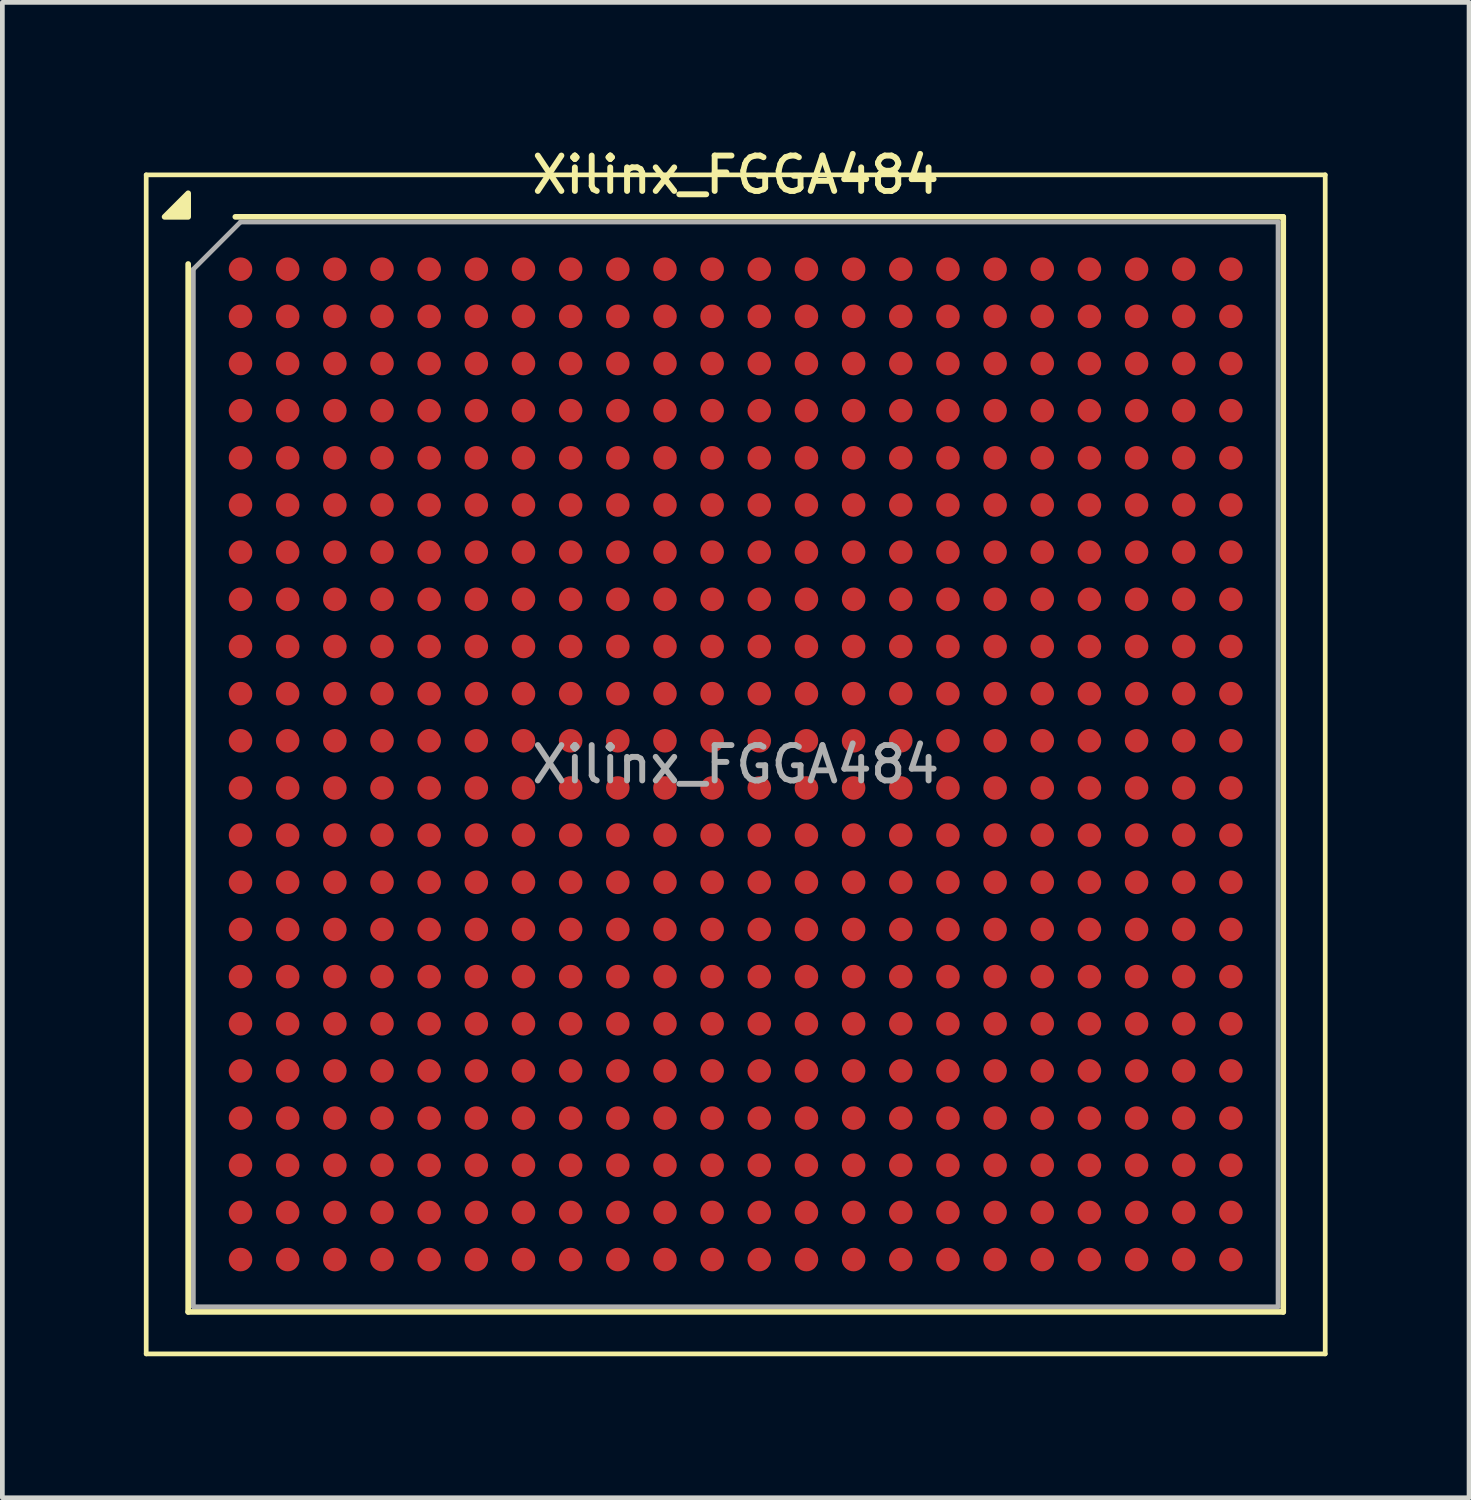
<source format=kicad_pcb>
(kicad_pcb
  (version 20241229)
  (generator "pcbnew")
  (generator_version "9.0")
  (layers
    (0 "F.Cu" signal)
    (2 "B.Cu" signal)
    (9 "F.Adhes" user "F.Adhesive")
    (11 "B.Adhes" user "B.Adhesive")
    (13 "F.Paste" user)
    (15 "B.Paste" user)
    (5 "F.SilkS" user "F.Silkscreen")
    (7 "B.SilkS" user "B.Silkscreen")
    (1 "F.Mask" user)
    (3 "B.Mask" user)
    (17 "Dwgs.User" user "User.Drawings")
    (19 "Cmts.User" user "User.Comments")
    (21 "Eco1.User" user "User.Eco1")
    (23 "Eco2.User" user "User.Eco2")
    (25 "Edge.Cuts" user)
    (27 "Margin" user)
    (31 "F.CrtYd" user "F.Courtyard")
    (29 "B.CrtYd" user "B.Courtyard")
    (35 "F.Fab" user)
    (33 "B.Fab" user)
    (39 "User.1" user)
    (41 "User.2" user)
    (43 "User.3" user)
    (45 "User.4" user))
  (footprint "Xilinx_FGGA484"
    (layer "F.Cu")
    (at 12.55 13.158)
    (property "Reference" "Xilinx_FGGA484" (at 0 -12.5 0) (layer "F.SilkS") (effects (font (size 0.75 0.75) (thickness 0.125))))
    (attr smd)
    (fp_line (start -12.5 -12.5) (end -12.5 12.5) (stroke (width 0.1) (type solid)) (layer "F.SilkS"))
    (fp_line (start -12.5 12.5) (end 12.5 12.5) (stroke (width 0.1) (type solid)) (layer "F.SilkS"))
    (fp_line (start -11.61 11.61) (end -11.61 -10.61) (stroke (width 0.12) (type solid)) (layer "F.SilkS"))
    (fp_line (start -10.61 -11.61) (end 11.61 -11.61) (stroke (width 0.12) (type solid)) (layer "F.SilkS"))
    (fp_line (start 11.61 -11.61) (end 11.61 11.61) (stroke (width 0.12) (type solid)) (layer "F.SilkS"))
    (fp_line (start 11.61 11.61) (end -11.61 11.61) (stroke (width 0.12) (type solid)) (layer "F.SilkS"))
    (fp_line (start 12.5 -12.5) (end -12.5 -12.5) (stroke (width 0.1) (type solid)) (layer "F.SilkS"))
    (fp_line (start 12.5 12.5) (end 12.5 -12.5) (stroke (width 0.1) (type solid)) (layer "F.SilkS"))
    (fp_poly (pts (xy -11.61 -11.61) (xy -12.11 -11.61) (xy -11.61 -12.11) (xy -11.61 -11.61)) (stroke (width 0.12) (type solid)) (fill yes) (layer "F.SilkS"))
    (fp_line (start -11.5 -10.5) (end -10.5 -11.5) (stroke (width 0.1) (type solid)) (layer "F.Fab"))
    (fp_line (start -11.5 11.5) (end -11.5 -10.5) (stroke (width 0.1) (type solid)) (layer "F.Fab"))
    (fp_line (start -10.5 -11.5) (end 11.5 -11.5) (stroke (width 0.1) (type solid)) (layer "F.Fab"))
    (fp_line (start 11.5 -11.5) (end 11.5 11.5) (stroke (width 0.1) (type solid)) (layer "F.Fab"))
    (fp_line (start 11.5 11.5) (end -11.5 11.5) (stroke (width 0.1) (type solid)) (layer "F.Fab"))
    (fp_text user "${REFERENCE}" (at 0 0 0) (layer "F.Fab") (effects (font (size 0.75 0.75) (thickness 0.125))))
    (pad "A1" smd circle (at -10.5 -10.5) (size 0.5 0.5) (property pad_prop_bga) (layers "F.Cu" "F.Mask" "F.Paste"))
    (pad "A2" smd circle (at -9.5 -10.5) (size 0.5 0.5) (property pad_prop_bga) (layers "F.Cu" "F.Mask" "F.Paste"))
    (pad "A3" smd circle (at -8.5 -10.5) (size 0.5 0.5) (property pad_prop_bga) (layers "F.Cu" "F.Mask" "F.Paste"))
    (pad "A4" smd circle (at -7.5 -10.5) (size 0.5 0.5) (property pad_prop_bga) (layers "F.Cu" "F.Mask" "F.Paste"))
    (pad "A5" smd circle (at -6.5 -10.5) (size 0.5 0.5) (property pad_prop_bga) (layers "F.Cu" "F.Mask" "F.Paste"))
    (pad "A6" smd circle (at -5.5 -10.5) (size 0.5 0.5) (property pad_prop_bga) (layers "F.Cu" "F.Mask" "F.Paste"))
    (pad "A7" smd circle (at -4.5 -10.5) (size 0.5 0.5) (property pad_prop_bga) (layers "F.Cu" "F.Mask" "F.Paste"))
    (pad "A8" smd circle (at -3.5 -10.5) (size 0.5 0.5) (property pad_prop_bga) (layers "F.Cu" "F.Mask" "F.Paste"))
    (pad "A9" smd circle (at -2.5 -10.5) (size 0.5 0.5) (property pad_prop_bga) (layers "F.Cu" "F.Mask" "F.Paste"))
    (pad "A10" smd circle (at -1.5 -10.5) (size 0.5 0.5) (property pad_prop_bga) (layers "F.Cu" "F.Mask" "F.Paste"))
    (pad "A11" smd circle (at -0.5 -10.5) (size 0.5 0.5) (property pad_prop_bga) (layers "F.Cu" "F.Mask" "F.Paste"))
    (pad "A12" smd circle (at 0.5 -10.5) (size 0.5 0.5) (property pad_prop_bga) (layers "F.Cu" "F.Mask" "F.Paste"))
    (pad "A13" smd circle (at 1.5 -10.5) (size 0.5 0.5) (property pad_prop_bga) (layers "F.Cu" "F.Mask" "F.Paste"))
    (pad "A14" smd circle (at 2.5 -10.5) (size 0.5 0.5) (property pad_prop_bga) (layers "F.Cu" "F.Mask" "F.Paste"))
    (pad "A15" smd circle (at 3.5 -10.5) (size 0.5 0.5) (property pad_prop_bga) (layers "F.Cu" "F.Mask" "F.Paste"))
    (pad "A16" smd circle (at 4.5 -10.5) (size 0.5 0.5) (property pad_prop_bga) (layers "F.Cu" "F.Mask" "F.Paste"))
    (pad "A17" smd circle (at 5.5 -10.5) (size 0.5 0.5) (property pad_prop_bga) (layers "F.Cu" "F.Mask" "F.Paste"))
    (pad "A18" smd circle (at 6.5 -10.5) (size 0.5 0.5) (property pad_prop_bga) (layers "F.Cu" "F.Mask" "F.Paste"))
    (pad "A19" smd circle (at 7.5 -10.5) (size 0.5 0.5) (property pad_prop_bga) (layers "F.Cu" "F.Mask" "F.Paste"))
    (pad "A20" smd circle (at 8.5 -10.5) (size 0.5 0.5) (property pad_prop_bga) (layers "F.Cu" "F.Mask" "F.Paste"))
    (pad "A21" smd circle (at 9.5 -10.5) (size 0.5 0.5) (property pad_prop_bga) (layers "F.Cu" "F.Mask" "F.Paste"))
    (pad "A22" smd circle (at 10.5 -10.5) (size 0.5 0.5) (property pad_prop_bga) (layers "F.Cu" "F.Mask" "F.Paste"))
    (pad "AA1" smd circle (at -10.5 9.5) (size 0.5 0.5) (property pad_prop_bga) (layers "F.Cu" "F.Mask" "F.Paste"))
    (pad "AA2" smd circle (at -9.5 9.5) (size 0.5 0.5) (property pad_prop_bga) (layers "F.Cu" "F.Mask" "F.Paste"))
    (pad "AA3" smd circle (at -8.5 9.5) (size 0.5 0.5) (property pad_prop_bga) (layers "F.Cu" "F.Mask" "F.Paste"))
    (pad "AA4" smd circle (at -7.5 9.5) (size 0.5 0.5) (property pad_prop_bga) (layers "F.Cu" "F.Mask" "F.Paste"))
    (pad "AA5" smd circle (at -6.5 9.5) (size 0.5 0.5) (property pad_prop_bga) (layers "F.Cu" "F.Mask" "F.Paste"))
    (pad "AA6" smd circle (at -5.5 9.5) (size 0.5 0.5) (property pad_prop_bga) (layers "F.Cu" "F.Mask" "F.Paste"))
    (pad "AA7" smd circle (at -4.5 9.5) (size 0.5 0.5) (property pad_prop_bga) (layers "F.Cu" "F.Mask" "F.Paste"))
    (pad "AA8" smd circle (at -3.5 9.5) (size 0.5 0.5) (property pad_prop_bga) (layers "F.Cu" "F.Mask" "F.Paste"))
    (pad "AA9" smd circle (at -2.5 9.5) (size 0.5 0.5) (property pad_prop_bga) (layers "F.Cu" "F.Mask" "F.Paste"))
    (pad "AA10" smd circle (at -1.5 9.5) (size 0.5 0.5) (property pad_prop_bga) (layers "F.Cu" "F.Mask" "F.Paste"))
    (pad "AA11" smd circle (at -0.5 9.5) (size 0.5 0.5) (property pad_prop_bga) (layers "F.Cu" "F.Mask" "F.Paste"))
    (pad "AA12" smd circle (at 0.5 9.5) (size 0.5 0.5) (property pad_prop_bga) (layers "F.Cu" "F.Mask" "F.Paste"))
    (pad "AA13" smd circle (at 1.5 9.5) (size 0.5 0.5) (property pad_prop_bga) (layers "F.Cu" "F.Mask" "F.Paste"))
    (pad "AA14" smd circle (at 2.5 9.5) (size 0.5 0.5) (property pad_prop_bga) (layers "F.Cu" "F.Mask" "F.Paste"))
    (pad "AA15" smd circle (at 3.5 9.5) (size 0.5 0.5) (property pad_prop_bga) (layers "F.Cu" "F.Mask" "F.Paste"))
    (pad "AA16" smd circle (at 4.5 9.5) (size 0.5 0.5) (property pad_prop_bga) (layers "F.Cu" "F.Mask" "F.Paste"))
    (pad "AA17" smd circle (at 5.5 9.5) (size 0.5 0.5) (property pad_prop_bga) (layers "F.Cu" "F.Mask" "F.Paste"))
    (pad "AA18" smd circle (at 6.5 9.5) (size 0.5 0.5) (property pad_prop_bga) (layers "F.Cu" "F.Mask" "F.Paste"))
    (pad "AA19" smd circle (at 7.5 9.5) (size 0.5 0.5) (property pad_prop_bga) (layers "F.Cu" "F.Mask" "F.Paste"))
    (pad "AA20" smd circle (at 8.5 9.5) (size 0.5 0.5) (property pad_prop_bga) (layers "F.Cu" "F.Mask" "F.Paste"))
    (pad "AA21" smd circle (at 9.5 9.5) (size 0.5 0.5) (property pad_prop_bga) (layers "F.Cu" "F.Mask" "F.Paste"))
    (pad "AA22" smd circle (at 10.5 9.5) (size 0.5 0.5) (property pad_prop_bga) (layers "F.Cu" "F.Mask" "F.Paste"))
    (pad "AB1" smd circle (at -10.5 10.5) (size 0.5 0.5) (property pad_prop_bga) (layers "F.Cu" "F.Mask" "F.Paste"))
    (pad "AB2" smd circle (at -9.5 10.5) (size 0.5 0.5) (property pad_prop_bga) (layers "F.Cu" "F.Mask" "F.Paste"))
    (pad "AB3" smd circle (at -8.5 10.5) (size 0.5 0.5) (property pad_prop_bga) (layers "F.Cu" "F.Mask" "F.Paste"))
    (pad "AB4" smd circle (at -7.5 10.5) (size 0.5 0.5) (property pad_prop_bga) (layers "F.Cu" "F.Mask" "F.Paste"))
    (pad "AB5" smd circle (at -6.5 10.5) (size 0.5 0.5) (property pad_prop_bga) (layers "F.Cu" "F.Mask" "F.Paste"))
    (pad "AB6" smd circle (at -5.5 10.5) (size 0.5 0.5) (property pad_prop_bga) (layers "F.Cu" "F.Mask" "F.Paste"))
    (pad "AB7" smd circle (at -4.5 10.5) (size 0.5 0.5) (property pad_prop_bga) (layers "F.Cu" "F.Mask" "F.Paste"))
    (pad "AB8" smd circle (at -3.5 10.5) (size 0.5 0.5) (property pad_prop_bga) (layers "F.Cu" "F.Mask" "F.Paste"))
    (pad "AB9" smd circle (at -2.5 10.5) (size 0.5 0.5) (property pad_prop_bga) (layers "F.Cu" "F.Mask" "F.Paste"))
    (pad "AB10" smd circle (at -1.5 10.5) (size 0.5 0.5) (property pad_prop_bga) (layers "F.Cu" "F.Mask" "F.Paste"))
    (pad "AB11" smd circle (at -0.5 10.5) (size 0.5 0.5) (property pad_prop_bga) (layers "F.Cu" "F.Mask" "F.Paste"))
    (pad "AB12" smd circle (at 0.5 10.5) (size 0.5 0.5) (property pad_prop_bga) (layers "F.Cu" "F.Mask" "F.Paste"))
    (pad "AB13" smd circle (at 1.5 10.5) (size 0.5 0.5) (property pad_prop_bga) (layers "F.Cu" "F.Mask" "F.Paste"))
    (pad "AB14" smd circle (at 2.5 10.5) (size 0.5 0.5) (property pad_prop_bga) (layers "F.Cu" "F.Mask" "F.Paste"))
    (pad "AB15" smd circle (at 3.5 10.5) (size 0.5 0.5) (property pad_prop_bga) (layers "F.Cu" "F.Mask" "F.Paste"))
    (pad "AB16" smd circle (at 4.5 10.5) (size 0.5 0.5) (property pad_prop_bga) (layers "F.Cu" "F.Mask" "F.Paste"))
    (pad "AB17" smd circle (at 5.5 10.5) (size 0.5 0.5) (property pad_prop_bga) (layers "F.Cu" "F.Mask" "F.Paste"))
    (pad "AB18" smd circle (at 6.5 10.5) (size 0.5 0.5) (property pad_prop_bga) (layers "F.Cu" "F.Mask" "F.Paste"))
    (pad "AB19" smd circle (at 7.5 10.5) (size 0.5 0.5) (property pad_prop_bga) (layers "F.Cu" "F.Mask" "F.Paste"))
    (pad "AB20" smd circle (at 8.5 10.5) (size 0.5 0.5) (property pad_prop_bga) (layers "F.Cu" "F.Mask" "F.Paste"))
    (pad "AB21" smd circle (at 9.5 10.5) (size 0.5 0.5) (property pad_prop_bga) (layers "F.Cu" "F.Mask" "F.Paste"))
    (pad "AB22" smd circle (at 10.5 10.5) (size 0.5 0.5) (property pad_prop_bga) (layers "F.Cu" "F.Mask" "F.Paste"))
    (pad "B1" smd circle (at -10.5 -9.5) (size 0.5 0.5) (property pad_prop_bga) (layers "F.Cu" "F.Mask" "F.Paste"))
    (pad "B2" smd circle (at -9.5 -9.5) (size 0.5 0.5) (property pad_prop_bga) (layers "F.Cu" "F.Mask" "F.Paste"))
    (pad "B3" smd circle (at -8.5 -9.5) (size 0.5 0.5) (property pad_prop_bga) (layers "F.Cu" "F.Mask" "F.Paste"))
    (pad "B4" smd circle (at -7.5 -9.5) (size 0.5 0.5) (property pad_prop_bga) (layers "F.Cu" "F.Mask" "F.Paste"))
    (pad "B5" smd circle (at -6.5 -9.5) (size 0.5 0.5) (property pad_prop_bga) (layers "F.Cu" "F.Mask" "F.Paste"))
    (pad "B6" smd circle (at -5.5 -9.5) (size 0.5 0.5) (property pad_prop_bga) (layers "F.Cu" "F.Mask" "F.Paste"))
    (pad "B7" smd circle (at -4.5 -9.5) (size 0.5 0.5) (property pad_prop_bga) (layers "F.Cu" "F.Mask" "F.Paste"))
    (pad "B8" smd circle (at -3.5 -9.5) (size 0.5 0.5) (property pad_prop_bga) (layers "F.Cu" "F.Mask" "F.Paste"))
    (pad "B9" smd circle (at -2.5 -9.5) (size 0.5 0.5) (property pad_prop_bga) (layers "F.Cu" "F.Mask" "F.Paste"))
    (pad "B10" smd circle (at -1.5 -9.5) (size 0.5 0.5) (property pad_prop_bga) (layers "F.Cu" "F.Mask" "F.Paste"))
    (pad "B11" smd circle (at -0.5 -9.5) (size 0.5 0.5) (property pad_prop_bga) (layers "F.Cu" "F.Mask" "F.Paste"))
    (pad "B12" smd circle (at 0.5 -9.5) (size 0.5 0.5) (property pad_prop_bga) (layers "F.Cu" "F.Mask" "F.Paste"))
    (pad "B13" smd circle (at 1.5 -9.5) (size 0.5 0.5) (property pad_prop_bga) (layers "F.Cu" "F.Mask" "F.Paste"))
    (pad "B14" smd circle (at 2.5 -9.5) (size 0.5 0.5) (property pad_prop_bga) (layers "F.Cu" "F.Mask" "F.Paste"))
    (pad "B15" smd circle (at 3.5 -9.5) (size 0.5 0.5) (property pad_prop_bga) (layers "F.Cu" "F.Mask" "F.Paste"))
    (pad "B16" smd circle (at 4.5 -9.5) (size 0.5 0.5) (property pad_prop_bga) (layers "F.Cu" "F.Mask" "F.Paste"))
    (pad "B17" smd circle (at 5.5 -9.5) (size 0.5 0.5) (property pad_prop_bga) (layers "F.Cu" "F.Mask" "F.Paste"))
    (pad "B18" smd circle (at 6.5 -9.5) (size 0.5 0.5) (property pad_prop_bga) (layers "F.Cu" "F.Mask" "F.Paste"))
    (pad "B19" smd circle (at 7.5 -9.5) (size 0.5 0.5) (property pad_prop_bga) (layers "F.Cu" "F.Mask" "F.Paste"))
    (pad "B20" smd circle (at 8.5 -9.5) (size 0.5 0.5) (property pad_prop_bga) (layers "F.Cu" "F.Mask" "F.Paste"))
    (pad "B21" smd circle (at 9.5 -9.5) (size 0.5 0.5) (property pad_prop_bga) (layers "F.Cu" "F.Mask" "F.Paste"))
    (pad "B22" smd circle (at 10.5 -9.5) (size 0.5 0.5) (property pad_prop_bga) (layers "F.Cu" "F.Mask" "F.Paste"))
    (pad "C1" smd circle (at -10.5 -8.5) (size 0.5 0.5) (property pad_prop_bga) (layers "F.Cu" "F.Mask" "F.Paste"))
    (pad "C2" smd circle (at -9.5 -8.5) (size 0.5 0.5) (property pad_prop_bga) (layers "F.Cu" "F.Mask" "F.Paste"))
    (pad "C3" smd circle (at -8.5 -8.5) (size 0.5 0.5) (property pad_prop_bga) (layers "F.Cu" "F.Mask" "F.Paste"))
    (pad "C4" smd circle (at -7.5 -8.5) (size 0.5 0.5) (property pad_prop_bga) (layers "F.Cu" "F.Mask" "F.Paste"))
    (pad "C5" smd circle (at -6.5 -8.5) (size 0.5 0.5) (property pad_prop_bga) (layers "F.Cu" "F.Mask" "F.Paste"))
    (pad "C6" smd circle (at -5.5 -8.5) (size 0.5 0.5) (property pad_prop_bga) (layers "F.Cu" "F.Mask" "F.Paste"))
    (pad "C7" smd circle (at -4.5 -8.5) (size 0.5 0.5) (property pad_prop_bga) (layers "F.Cu" "F.Mask" "F.Paste"))
    (pad "C8" smd circle (at -3.5 -8.5) (size 0.5 0.5) (property pad_prop_bga) (layers "F.Cu" "F.Mask" "F.Paste"))
    (pad "C9" smd circle (at -2.5 -8.5) (size 0.5 0.5) (property pad_prop_bga) (layers "F.Cu" "F.Mask" "F.Paste"))
    (pad "C10" smd circle (at -1.5 -8.5) (size 0.5 0.5) (property pad_prop_bga) (layers "F.Cu" "F.Mask" "F.Paste"))
    (pad "C11" smd circle (at -0.5 -8.5) (size 0.5 0.5) (property pad_prop_bga) (layers "F.Cu" "F.Mask" "F.Paste"))
    (pad "C12" smd circle (at 0.5 -8.5) (size 0.5 0.5) (property pad_prop_bga) (layers "F.Cu" "F.Mask" "F.Paste"))
    (pad "C13" smd circle (at 1.5 -8.5) (size 0.5 0.5) (property pad_prop_bga) (layers "F.Cu" "F.Mask" "F.Paste"))
    (pad "C14" smd circle (at 2.5 -8.5) (size 0.5 0.5) (property pad_prop_bga) (layers "F.Cu" "F.Mask" "F.Paste"))
    (pad "C15" smd circle (at 3.5 -8.5) (size 0.5 0.5) (property pad_prop_bga) (layers "F.Cu" "F.Mask" "F.Paste"))
    (pad "C16" smd circle (at 4.5 -8.5) (size 0.5 0.5) (property pad_prop_bga) (layers "F.Cu" "F.Mask" "F.Paste"))
    (pad "C17" smd circle (at 5.5 -8.5) (size 0.5 0.5) (property pad_prop_bga) (layers "F.Cu" "F.Mask" "F.Paste"))
    (pad "C18" smd circle (at 6.5 -8.5) (size 0.5 0.5) (property pad_prop_bga) (layers "F.Cu" "F.Mask" "F.Paste"))
    (pad "C19" smd circle (at 7.5 -8.5) (size 0.5 0.5) (property pad_prop_bga) (layers "F.Cu" "F.Mask" "F.Paste"))
    (pad "C20" smd circle (at 8.5 -8.5) (size 0.5 0.5) (property pad_prop_bga) (layers "F.Cu" "F.Mask" "F.Paste"))
    (pad "C21" smd circle (at 9.5 -8.5) (size 0.5 0.5) (property pad_prop_bga) (layers "F.Cu" "F.Mask" "F.Paste"))
    (pad "C22" smd circle (at 10.5 -8.5) (size 0.5 0.5) (property pad_prop_bga) (layers "F.Cu" "F.Mask" "F.Paste"))
    (pad "D1" smd circle (at -10.5 -7.5) (size 0.5 0.5) (property pad_prop_bga) (layers "F.Cu" "F.Mask" "F.Paste"))
    (pad "D2" smd circle (at -9.5 -7.5) (size 0.5 0.5) (property pad_prop_bga) (layers "F.Cu" "F.Mask" "F.Paste"))
    (pad "D3" smd circle (at -8.5 -7.5) (size 0.5 0.5) (property pad_prop_bga) (layers "F.Cu" "F.Mask" "F.Paste"))
    (pad "D4" smd circle (at -7.5 -7.5) (size 0.5 0.5) (property pad_prop_bga) (layers "F.Cu" "F.Mask" "F.Paste"))
    (pad "D5" smd circle (at -6.5 -7.5) (size 0.5 0.5) (property pad_prop_bga) (layers "F.Cu" "F.Mask" "F.Paste"))
    (pad "D6" smd circle (at -5.5 -7.5) (size 0.5 0.5) (property pad_prop_bga) (layers "F.Cu" "F.Mask" "F.Paste"))
    (pad "D7" smd circle (at -4.5 -7.5) (size 0.5 0.5) (property pad_prop_bga) (layers "F.Cu" "F.Mask" "F.Paste"))
    (pad "D8" smd circle (at -3.5 -7.5) (size 0.5 0.5) (property pad_prop_bga) (layers "F.Cu" "F.Mask" "F.Paste"))
    (pad "D9" smd circle (at -2.5 -7.5) (size 0.5 0.5) (property pad_prop_bga) (layers "F.Cu" "F.Mask" "F.Paste"))
    (pad "D10" smd circle (at -1.5 -7.5) (size 0.5 0.5) (property pad_prop_bga) (layers "F.Cu" "F.Mask" "F.Paste"))
    (pad "D11" smd circle (at -0.5 -7.5) (size 0.5 0.5) (property pad_prop_bga) (layers "F.Cu" "F.Mask" "F.Paste"))
    (pad "D12" smd circle (at 0.5 -7.5) (size 0.5 0.5) (property pad_prop_bga) (layers "F.Cu" "F.Mask" "F.Paste"))
    (pad "D13" smd circle (at 1.5 -7.5) (size 0.5 0.5) (property pad_prop_bga) (layers "F.Cu" "F.Mask" "F.Paste"))
    (pad "D14" smd circle (at 2.5 -7.5) (size 0.5 0.5) (property pad_prop_bga) (layers "F.Cu" "F.Mask" "F.Paste"))
    (pad "D15" smd circle (at 3.5 -7.5) (size 0.5 0.5) (property pad_prop_bga) (layers "F.Cu" "F.Mask" "F.Paste"))
    (pad "D16" smd circle (at 4.5 -7.5) (size 0.5 0.5) (property pad_prop_bga) (layers "F.Cu" "F.Mask" "F.Paste"))
    (pad "D17" smd circle (at 5.5 -7.5) (size 0.5 0.5) (property pad_prop_bga) (layers "F.Cu" "F.Mask" "F.Paste"))
    (pad "D18" smd circle (at 6.5 -7.5) (size 0.5 0.5) (property pad_prop_bga) (layers "F.Cu" "F.Mask" "F.Paste"))
    (pad "D19" smd circle (at 7.5 -7.5) (size 0.5 0.5) (property pad_prop_bga) (layers "F.Cu" "F.Mask" "F.Paste"))
    (pad "D20" smd circle (at 8.5 -7.5) (size 0.5 0.5) (property pad_prop_bga) (layers "F.Cu" "F.Mask" "F.Paste"))
    (pad "D21" smd circle (at 9.5 -7.5) (size 0.5 0.5) (property pad_prop_bga) (layers "F.Cu" "F.Mask" "F.Paste"))
    (pad "D22" smd circle (at 10.5 -7.5) (size 0.5 0.5) (property pad_prop_bga) (layers "F.Cu" "F.Mask" "F.Paste"))
    (pad "E1" smd circle (at -10.5 -6.5) (size 0.5 0.5) (property pad_prop_bga) (layers "F.Cu" "F.Mask" "F.Paste"))
    (pad "E2" smd circle (at -9.5 -6.5) (size 0.5 0.5) (property pad_prop_bga) (layers "F.Cu" "F.Mask" "F.Paste"))
    (pad "E3" smd circle (at -8.5 -6.5) (size 0.5 0.5) (property pad_prop_bga) (layers "F.Cu" "F.Mask" "F.Paste"))
    (pad "E4" smd circle (at -7.5 -6.5) (size 0.5 0.5) (property pad_prop_bga) (layers "F.Cu" "F.Mask" "F.Paste"))
    (pad "E5" smd circle (at -6.5 -6.5) (size 0.5 0.5) (property pad_prop_bga) (layers "F.Cu" "F.Mask" "F.Paste"))
    (pad "E6" smd circle (at -5.5 -6.5) (size 0.5 0.5) (property pad_prop_bga) (layers "F.Cu" "F.Mask" "F.Paste"))
    (pad "E7" smd circle (at -4.5 -6.5) (size 0.5 0.5) (property pad_prop_bga) (layers "F.Cu" "F.Mask" "F.Paste"))
    (pad "E8" smd circle (at -3.5 -6.5) (size 0.5 0.5) (property pad_prop_bga) (layers "F.Cu" "F.Mask" "F.Paste"))
    (pad "E9" smd circle (at -2.5 -6.5) (size 0.5 0.5) (property pad_prop_bga) (layers "F.Cu" "F.Mask" "F.Paste"))
    (pad "E10" smd circle (at -1.5 -6.5) (size 0.5 0.5) (property pad_prop_bga) (layers "F.Cu" "F.Mask" "F.Paste"))
    (pad "E11" smd circle (at -0.5 -6.5) (size 0.5 0.5) (property pad_prop_bga) (layers "F.Cu" "F.Mask" "F.Paste"))
    (pad "E12" smd circle (at 0.5 -6.5) (size 0.5 0.5) (property pad_prop_bga) (layers "F.Cu" "F.Mask" "F.Paste"))
    (pad "E13" smd circle (at 1.5 -6.5) (size 0.5 0.5) (property pad_prop_bga) (layers "F.Cu" "F.Mask" "F.Paste"))
    (pad "E14" smd circle (at 2.5 -6.5) (size 0.5 0.5) (property pad_prop_bga) (layers "F.Cu" "F.Mask" "F.Paste"))
    (pad "E15" smd circle (at 3.5 -6.5) (size 0.5 0.5) (property pad_prop_bga) (layers "F.Cu" "F.Mask" "F.Paste"))
    (pad "E16" smd circle (at 4.5 -6.5) (size 0.5 0.5) (property pad_prop_bga) (layers "F.Cu" "F.Mask" "F.Paste"))
    (pad "E17" smd circle (at 5.5 -6.5) (size 0.5 0.5) (property pad_prop_bga) (layers "F.Cu" "F.Mask" "F.Paste"))
    (pad "E18" smd circle (at 6.5 -6.5) (size 0.5 0.5) (property pad_prop_bga) (layers "F.Cu" "F.Mask" "F.Paste"))
    (pad "E19" smd circle (at 7.5 -6.5) (size 0.5 0.5) (property pad_prop_bga) (layers "F.Cu" "F.Mask" "F.Paste"))
    (pad "E20" smd circle (at 8.5 -6.5) (size 0.5 0.5) (property pad_prop_bga) (layers "F.Cu" "F.Mask" "F.Paste"))
    (pad "E21" smd circle (at 9.5 -6.5) (size 0.5 0.5) (property pad_prop_bga) (layers "F.Cu" "F.Mask" "F.Paste"))
    (pad "E22" smd circle (at 10.5 -6.5) (size 0.5 0.5) (property pad_prop_bga) (layers "F.Cu" "F.Mask" "F.Paste"))
    (pad "F1" smd circle (at -10.5 -5.5) (size 0.5 0.5) (property pad_prop_bga) (layers "F.Cu" "F.Mask" "F.Paste"))
    (pad "F2" smd circle (at -9.5 -5.5) (size 0.5 0.5) (property pad_prop_bga) (layers "F.Cu" "F.Mask" "F.Paste"))
    (pad "F3" smd circle (at -8.5 -5.5) (size 0.5 0.5) (property pad_prop_bga) (layers "F.Cu" "F.Mask" "F.Paste"))
    (pad "F4" smd circle (at -7.5 -5.5) (size 0.5 0.5) (property pad_prop_bga) (layers "F.Cu" "F.Mask" "F.Paste"))
    (pad "F5" smd circle (at -6.5 -5.5) (size 0.5 0.5) (property pad_prop_bga) (layers "F.Cu" "F.Mask" "F.Paste"))
    (pad "F6" smd circle (at -5.5 -5.5) (size 0.5 0.5) (property pad_prop_bga) (layers "F.Cu" "F.Mask" "F.Paste"))
    (pad "F7" smd circle (at -4.5 -5.5) (size 0.5 0.5) (property pad_prop_bga) (layers "F.Cu" "F.Mask" "F.Paste"))
    (pad "F8" smd circle (at -3.5 -5.5) (size 0.5 0.5) (property pad_prop_bga) (layers "F.Cu" "F.Mask" "F.Paste"))
    (pad "F9" smd circle (at -2.5 -5.5) (size 0.5 0.5) (property pad_prop_bga) (layers "F.Cu" "F.Mask" "F.Paste"))
    (pad "F10" smd circle (at -1.5 -5.5) (size 0.5 0.5) (property pad_prop_bga) (layers "F.Cu" "F.Mask" "F.Paste"))
    (pad "F11" smd circle (at -0.5 -5.5) (size 0.5 0.5) (property pad_prop_bga) (layers "F.Cu" "F.Mask" "F.Paste"))
    (pad "F12" smd circle (at 0.5 -5.5) (size 0.5 0.5) (property pad_prop_bga) (layers "F.Cu" "F.Mask" "F.Paste"))
    (pad "F13" smd circle (at 1.5 -5.5) (size 0.5 0.5) (property pad_prop_bga) (layers "F.Cu" "F.Mask" "F.Paste"))
    (pad "F14" smd circle (at 2.5 -5.5) (size 0.5 0.5) (property pad_prop_bga) (layers "F.Cu" "F.Mask" "F.Paste"))
    (pad "F15" smd circle (at 3.5 -5.5) (size 0.5 0.5) (property pad_prop_bga) (layers "F.Cu" "F.Mask" "F.Paste"))
    (pad "F16" smd circle (at 4.5 -5.5) (size 0.5 0.5) (property pad_prop_bga) (layers "F.Cu" "F.Mask" "F.Paste"))
    (pad "F17" smd circle (at 5.5 -5.5) (size 0.5 0.5) (property pad_prop_bga) (layers "F.Cu" "F.Mask" "F.Paste"))
    (pad "F18" smd circle (at 6.5 -5.5) (size 0.5 0.5) (property pad_prop_bga) (layers "F.Cu" "F.Mask" "F.Paste"))
    (pad "F19" smd circle (at 7.5 -5.5) (size 0.5 0.5) (property pad_prop_bga) (layers "F.Cu" "F.Mask" "F.Paste"))
    (pad "F20" smd circle (at 8.5 -5.5) (size 0.5 0.5) (property pad_prop_bga) (layers "F.Cu" "F.Mask" "F.Paste"))
    (pad "F21" smd circle (at 9.5 -5.5) (size 0.5 0.5) (property pad_prop_bga) (layers "F.Cu" "F.Mask" "F.Paste"))
    (pad "F22" smd circle (at 10.5 -5.5) (size 0.5 0.5) (property pad_prop_bga) (layers "F.Cu" "F.Mask" "F.Paste"))
    (pad "G1" smd circle (at -10.5 -4.5) (size 0.5 0.5) (property pad_prop_bga) (layers "F.Cu" "F.Mask" "F.Paste"))
    (pad "G2" smd circle (at -9.5 -4.5) (size 0.5 0.5) (property pad_prop_bga) (layers "F.Cu" "F.Mask" "F.Paste"))
    (pad "G3" smd circle (at -8.5 -4.5) (size 0.5 0.5) (property pad_prop_bga) (layers "F.Cu" "F.Mask" "F.Paste"))
    (pad "G4" smd circle (at -7.5 -4.5) (size 0.5 0.5) (property pad_prop_bga) (layers "F.Cu" "F.Mask" "F.Paste"))
    (pad "G5" smd circle (at -6.5 -4.5) (size 0.5 0.5) (property pad_prop_bga) (layers "F.Cu" "F.Mask" "F.Paste"))
    (pad "G6" smd circle (at -5.5 -4.5) (size 0.5 0.5) (property pad_prop_bga) (layers "F.Cu" "F.Mask" "F.Paste"))
    (pad "G7" smd circle (at -4.5 -4.5) (size 0.5 0.5) (property pad_prop_bga) (layers "F.Cu" "F.Mask" "F.Paste"))
    (pad "G8" smd circle (at -3.5 -4.5) (size 0.5 0.5) (property pad_prop_bga) (layers "F.Cu" "F.Mask" "F.Paste"))
    (pad "G9" smd circle (at -2.5 -4.5) (size 0.5 0.5) (property pad_prop_bga) (layers "F.Cu" "F.Mask" "F.Paste"))
    (pad "G10" smd circle (at -1.5 -4.5) (size 0.5 0.5) (property pad_prop_bga) (layers "F.Cu" "F.Mask" "F.Paste"))
    (pad "G11" smd circle (at -0.5 -4.5) (size 0.5 0.5) (property pad_prop_bga) (layers "F.Cu" "F.Mask" "F.Paste"))
    (pad "G12" smd circle (at 0.5 -4.5) (size 0.5 0.5) (property pad_prop_bga) (layers "F.Cu" "F.Mask" "F.Paste"))
    (pad "G13" smd circle (at 1.5 -4.5) (size 0.5 0.5) (property pad_prop_bga) (layers "F.Cu" "F.Mask" "F.Paste"))
    (pad "G14" smd circle (at 2.5 -4.5) (size 0.5 0.5) (property pad_prop_bga) (layers "F.Cu" "F.Mask" "F.Paste"))
    (pad "G15" smd circle (at 3.5 -4.5) (size 0.5 0.5) (property pad_prop_bga) (layers "F.Cu" "F.Mask" "F.Paste"))
    (pad "G16" smd circle (at 4.5 -4.5) (size 0.5 0.5) (property pad_prop_bga) (layers "F.Cu" "F.Mask" "F.Paste"))
    (pad "G17" smd circle (at 5.5 -4.5) (size 0.5 0.5) (property pad_prop_bga) (layers "F.Cu" "F.Mask" "F.Paste"))
    (pad "G18" smd circle (at 6.5 -4.5) (size 0.5 0.5) (property pad_prop_bga) (layers "F.Cu" "F.Mask" "F.Paste"))
    (pad "G19" smd circle (at 7.5 -4.5) (size 0.5 0.5) (property pad_prop_bga) (layers "F.Cu" "F.Mask" "F.Paste"))
    (pad "G20" smd circle (at 8.5 -4.5) (size 0.5 0.5) (property pad_prop_bga) (layers "F.Cu" "F.Mask" "F.Paste"))
    (pad "G21" smd circle (at 9.5 -4.5) (size 0.5 0.5) (property pad_prop_bga) (layers "F.Cu" "F.Mask" "F.Paste"))
    (pad "G22" smd circle (at 10.5 -4.5) (size 0.5 0.5) (property pad_prop_bga) (layers "F.Cu" "F.Mask" "F.Paste"))
    (pad "H1" smd circle (at -10.5 -3.5) (size 0.5 0.5) (property pad_prop_bga) (layers "F.Cu" "F.Mask" "F.Paste"))
    (pad "H2" smd circle (at -9.5 -3.5) (size 0.5 0.5) (property pad_prop_bga) (layers "F.Cu" "F.Mask" "F.Paste"))
    (pad "H3" smd circle (at -8.5 -3.5) (size 0.5 0.5) (property pad_prop_bga) (layers "F.Cu" "F.Mask" "F.Paste"))
    (pad "H4" smd circle (at -7.5 -3.5) (size 0.5 0.5) (property pad_prop_bga) (layers "F.Cu" "F.Mask" "F.Paste"))
    (pad "H5" smd circle (at -6.5 -3.5) (size 0.5 0.5) (property pad_prop_bga) (layers "F.Cu" "F.Mask" "F.Paste"))
    (pad "H6" smd circle (at -5.5 -3.5) (size 0.5 0.5) (property pad_prop_bga) (layers "F.Cu" "F.Mask" "F.Paste"))
    (pad "H7" smd circle (at -4.5 -3.5) (size 0.5 0.5) (property pad_prop_bga) (layers "F.Cu" "F.Mask" "F.Paste"))
    (pad "H8" smd circle (at -3.5 -3.5) (size 0.5 0.5) (property pad_prop_bga) (layers "F.Cu" "F.Mask" "F.Paste"))
    (pad "H9" smd circle (at -2.5 -3.5) (size 0.5 0.5) (property pad_prop_bga) (layers "F.Cu" "F.Mask" "F.Paste"))
    (pad "H10" smd circle (at -1.5 -3.5) (size 0.5 0.5) (property pad_prop_bga) (layers "F.Cu" "F.Mask" "F.Paste"))
    (pad "H11" smd circle (at -0.5 -3.5) (size 0.5 0.5) (property pad_prop_bga) (layers "F.Cu" "F.Mask" "F.Paste"))
    (pad "H12" smd circle (at 0.5 -3.5) (size 0.5 0.5) (property pad_prop_bga) (layers "F.Cu" "F.Mask" "F.Paste"))
    (pad "H13" smd circle (at 1.5 -3.5) (size 0.5 0.5) (property pad_prop_bga) (layers "F.Cu" "F.Mask" "F.Paste"))
    (pad "H14" smd circle (at 2.5 -3.5) (size 0.5 0.5) (property pad_prop_bga) (layers "F.Cu" "F.Mask" "F.Paste"))
    (pad "H15" smd circle (at 3.5 -3.5) (size 0.5 0.5) (property pad_prop_bga) (layers "F.Cu" "F.Mask" "F.Paste"))
    (pad "H16" smd circle (at 4.5 -3.5) (size 0.5 0.5) (property pad_prop_bga) (layers "F.Cu" "F.Mask" "F.Paste"))
    (pad "H17" smd circle (at 5.5 -3.5) (size 0.5 0.5) (property pad_prop_bga) (layers "F.Cu" "F.Mask" "F.Paste"))
    (pad "H18" smd circle (at 6.5 -3.5) (size 0.5 0.5) (property pad_prop_bga) (layers "F.Cu" "F.Mask" "F.Paste"))
    (pad "H19" smd circle (at 7.5 -3.5) (size 0.5 0.5) (property pad_prop_bga) (layers "F.Cu" "F.Mask" "F.Paste"))
    (pad "H20" smd circle (at 8.5 -3.5) (size 0.5 0.5) (property pad_prop_bga) (layers "F.Cu" "F.Mask" "F.Paste"))
    (pad "H21" smd circle (at 9.5 -3.5) (size 0.5 0.5) (property pad_prop_bga) (layers "F.Cu" "F.Mask" "F.Paste"))
    (pad "H22" smd circle (at 10.5 -3.5) (size 0.5 0.5) (property pad_prop_bga) (layers "F.Cu" "F.Mask" "F.Paste"))
    (pad "J1" smd circle (at -10.5 -2.5) (size 0.5 0.5) (property pad_prop_bga) (layers "F.Cu" "F.Mask" "F.Paste"))
    (pad "J2" smd circle (at -9.5 -2.5) (size 0.5 0.5) (property pad_prop_bga) (layers "F.Cu" "F.Mask" "F.Paste"))
    (pad "J3" smd circle (at -8.5 -2.5) (size 0.5 0.5) (property pad_prop_bga) (layers "F.Cu" "F.Mask" "F.Paste"))
    (pad "J4" smd circle (at -7.5 -2.5) (size 0.5 0.5) (property pad_prop_bga) (layers "F.Cu" "F.Mask" "F.Paste"))
    (pad "J5" smd circle (at -6.5 -2.5) (size 0.5 0.5) (property pad_prop_bga) (layers "F.Cu" "F.Mask" "F.Paste"))
    (pad "J6" smd circle (at -5.5 -2.5) (size 0.5 0.5) (property pad_prop_bga) (layers "F.Cu" "F.Mask" "F.Paste"))
    (pad "J7" smd circle (at -4.5 -2.5) (size 0.5 0.5) (property pad_prop_bga) (layers "F.Cu" "F.Mask" "F.Paste"))
    (pad "J8" smd circle (at -3.5 -2.5) (size 0.5 0.5) (property pad_prop_bga) (layers "F.Cu" "F.Mask" "F.Paste"))
    (pad "J9" smd circle (at -2.5 -2.5) (size 0.5 0.5) (property pad_prop_bga) (layers "F.Cu" "F.Mask" "F.Paste"))
    (pad "J10" smd circle (at -1.5 -2.5) (size 0.5 0.5) (property pad_prop_bga) (layers "F.Cu" "F.Mask" "F.Paste"))
    (pad "J11" smd circle (at -0.5 -2.5) (size 0.5 0.5) (property pad_prop_bga) (layers "F.Cu" "F.Mask" "F.Paste"))
    (pad "J12" smd circle (at 0.5 -2.5) (size 0.5 0.5) (property pad_prop_bga) (layers "F.Cu" "F.Mask" "F.Paste"))
    (pad "J13" smd circle (at 1.5 -2.5) (size 0.5 0.5) (property pad_prop_bga) (layers "F.Cu" "F.Mask" "F.Paste"))
    (pad "J14" smd circle (at 2.5 -2.5) (size 0.5 0.5) (property pad_prop_bga) (layers "F.Cu" "F.Mask" "F.Paste"))
    (pad "J15" smd circle (at 3.5 -2.5) (size 0.5 0.5) (property pad_prop_bga) (layers "F.Cu" "F.Mask" "F.Paste"))
    (pad "J16" smd circle (at 4.5 -2.5) (size 0.5 0.5) (property pad_prop_bga) (layers "F.Cu" "F.Mask" "F.Paste"))
    (pad "J17" smd circle (at 5.5 -2.5) (size 0.5 0.5) (property pad_prop_bga) (layers "F.Cu" "F.Mask" "F.Paste"))
    (pad "J18" smd circle (at 6.5 -2.5) (size 0.5 0.5) (property pad_prop_bga) (layers "F.Cu" "F.Mask" "F.Paste"))
    (pad "J19" smd circle (at 7.5 -2.5) (size 0.5 0.5) (property pad_prop_bga) (layers "F.Cu" "F.Mask" "F.Paste"))
    (pad "J20" smd circle (at 8.5 -2.5) (size 0.5 0.5) (property pad_prop_bga) (layers "F.Cu" "F.Mask" "F.Paste"))
    (pad "J21" smd circle (at 9.5 -2.5) (size 0.5 0.5) (property pad_prop_bga) (layers "F.Cu" "F.Mask" "F.Paste"))
    (pad "J22" smd circle (at 10.5 -2.5) (size 0.5 0.5) (property pad_prop_bga) (layers "F.Cu" "F.Mask" "F.Paste"))
    (pad "K1" smd circle (at -10.5 -1.5) (size 0.5 0.5) (property pad_prop_bga) (layers "F.Cu" "F.Mask" "F.Paste"))
    (pad "K2" smd circle (at -9.5 -1.5) (size 0.5 0.5) (property pad_prop_bga) (layers "F.Cu" "F.Mask" "F.Paste"))
    (pad "K3" smd circle (at -8.5 -1.5) (size 0.5 0.5) (property pad_prop_bga) (layers "F.Cu" "F.Mask" "F.Paste"))
    (pad "K4" smd circle (at -7.5 -1.5) (size 0.5 0.5) (property pad_prop_bga) (layers "F.Cu" "F.Mask" "F.Paste"))
    (pad "K5" smd circle (at -6.5 -1.5) (size 0.5 0.5) (property pad_prop_bga) (layers "F.Cu" "F.Mask" "F.Paste"))
    (pad "K6" smd circle (at -5.5 -1.5) (size 0.5 0.5) (property pad_prop_bga) (layers "F.Cu" "F.Mask" "F.Paste"))
    (pad "K7" smd circle (at -4.5 -1.5) (size 0.5 0.5) (property pad_prop_bga) (layers "F.Cu" "F.Mask" "F.Paste"))
    (pad "K8" smd circle (at -3.5 -1.5) (size 0.5 0.5) (property pad_prop_bga) (layers "F.Cu" "F.Mask" "F.Paste"))
    (pad "K9" smd circle (at -2.5 -1.5) (size 0.5 0.5) (property pad_prop_bga) (layers "F.Cu" "F.Mask" "F.Paste"))
    (pad "K10" smd circle (at -1.5 -1.5) (size 0.5 0.5) (property pad_prop_bga) (layers "F.Cu" "F.Mask" "F.Paste"))
    (pad "K11" smd circle (at -0.5 -1.5) (size 0.5 0.5) (property pad_prop_bga) (layers "F.Cu" "F.Mask" "F.Paste"))
    (pad "K12" smd circle (at 0.5 -1.5) (size 0.5 0.5) (property pad_prop_bga) (layers "F.Cu" "F.Mask" "F.Paste"))
    (pad "K13" smd circle (at 1.5 -1.5) (size 0.5 0.5) (property pad_prop_bga) (layers "F.Cu" "F.Mask" "F.Paste"))
    (pad "K14" smd circle (at 2.5 -1.5) (size 0.5 0.5) (property pad_prop_bga) (layers "F.Cu" "F.Mask" "F.Paste"))
    (pad "K15" smd circle (at 3.5 -1.5) (size 0.5 0.5) (property pad_prop_bga) (layers "F.Cu" "F.Mask" "F.Paste"))
    (pad "K16" smd circle (at 4.5 -1.5) (size 0.5 0.5) (property pad_prop_bga) (layers "F.Cu" "F.Mask" "F.Paste"))
    (pad "K17" smd circle (at 5.5 -1.5) (size 0.5 0.5) (property pad_prop_bga) (layers "F.Cu" "F.Mask" "F.Paste"))
    (pad "K18" smd circle (at 6.5 -1.5) (size 0.5 0.5) (property pad_prop_bga) (layers "F.Cu" "F.Mask" "F.Paste"))
    (pad "K19" smd circle (at 7.5 -1.5) (size 0.5 0.5) (property pad_prop_bga) (layers "F.Cu" "F.Mask" "F.Paste"))
    (pad "K20" smd circle (at 8.5 -1.5) (size 0.5 0.5) (property pad_prop_bga) (layers "F.Cu" "F.Mask" "F.Paste"))
    (pad "K21" smd circle (at 9.5 -1.5) (size 0.5 0.5) (property pad_prop_bga) (layers "F.Cu" "F.Mask" "F.Paste"))
    (pad "K22" smd circle (at 10.5 -1.5) (size 0.5 0.5) (property pad_prop_bga) (layers "F.Cu" "F.Mask" "F.Paste"))
    (pad "L1" smd circle (at -10.5 -0.5) (size 0.5 0.5) (property pad_prop_bga) (layers "F.Cu" "F.Mask" "F.Paste"))
    (pad "L2" smd circle (at -9.5 -0.5) (size 0.5 0.5) (property pad_prop_bga) (layers "F.Cu" "F.Mask" "F.Paste"))
    (pad "L3" smd circle (at -8.5 -0.5) (size 0.5 0.5) (property pad_prop_bga) (layers "F.Cu" "F.Mask" "F.Paste"))
    (pad "L4" smd circle (at -7.5 -0.5) (size 0.5 0.5) (property pad_prop_bga) (layers "F.Cu" "F.Mask" "F.Paste"))
    (pad "L5" smd circle (at -6.5 -0.5) (size 0.5 0.5) (property pad_prop_bga) (layers "F.Cu" "F.Mask" "F.Paste"))
    (pad "L6" smd circle (at -5.5 -0.5) (size 0.5 0.5) (property pad_prop_bga) (layers "F.Cu" "F.Mask" "F.Paste"))
    (pad "L7" smd circle (at -4.5 -0.5) (size 0.5 0.5) (property pad_prop_bga) (layers "F.Cu" "F.Mask" "F.Paste"))
    (pad "L8" smd circle (at -3.5 -0.5) (size 0.5 0.5) (property pad_prop_bga) (layers "F.Cu" "F.Mask" "F.Paste"))
    (pad "L9" smd circle (at -2.5 -0.5) (size 0.5 0.5) (property pad_prop_bga) (layers "F.Cu" "F.Mask" "F.Paste"))
    (pad "L10" smd circle (at -1.5 -0.5) (size 0.5 0.5) (property pad_prop_bga) (layers "F.Cu" "F.Mask" "F.Paste"))
    (pad "L11" smd circle (at -0.5 -0.5) (size 0.5 0.5) (property pad_prop_bga) (layers "F.Cu" "F.Mask" "F.Paste"))
    (pad "L12" smd circle (at 0.5 -0.5) (size 0.5 0.5) (property pad_prop_bga) (layers "F.Cu" "F.Mask" "F.Paste"))
    (pad "L13" smd circle (at 1.5 -0.5) (size 0.5 0.5) (property pad_prop_bga) (layers "F.Cu" "F.Mask" "F.Paste"))
    (pad "L14" smd circle (at 2.5 -0.5) (size 0.5 0.5) (property pad_prop_bga) (layers "F.Cu" "F.Mask" "F.Paste"))
    (pad "L15" smd circle (at 3.5 -0.5) (size 0.5 0.5) (property pad_prop_bga) (layers "F.Cu" "F.Mask" "F.Paste"))
    (pad "L16" smd circle (at 4.5 -0.5) (size 0.5 0.5) (property pad_prop_bga) (layers "F.Cu" "F.Mask" "F.Paste"))
    (pad "L17" smd circle (at 5.5 -0.5) (size 0.5 0.5) (property pad_prop_bga) (layers "F.Cu" "F.Mask" "F.Paste"))
    (pad "L18" smd circle (at 6.5 -0.5) (size 0.5 0.5) (property pad_prop_bga) (layers "F.Cu" "F.Mask" "F.Paste"))
    (pad "L19" smd circle (at 7.5 -0.5) (size 0.5 0.5) (property pad_prop_bga) (layers "F.Cu" "F.Mask" "F.Paste"))
    (pad "L20" smd circle (at 8.5 -0.5) (size 0.5 0.5) (property pad_prop_bga) (layers "F.Cu" "F.Mask" "F.Paste"))
    (pad "L21" smd circle (at 9.5 -0.5) (size 0.5 0.5) (property pad_prop_bga) (layers "F.Cu" "F.Mask" "F.Paste"))
    (pad "L22" smd circle (at 10.5 -0.5) (size 0.5 0.5) (property pad_prop_bga) (layers "F.Cu" "F.Mask" "F.Paste"))
    (pad "M1" smd circle (at -10.5 0.5) (size 0.5 0.5) (property pad_prop_bga) (layers "F.Cu" "F.Mask" "F.Paste"))
    (pad "M2" smd circle (at -9.5 0.5) (size 0.5 0.5) (property pad_prop_bga) (layers "F.Cu" "F.Mask" "F.Paste"))
    (pad "M3" smd circle (at -8.5 0.5) (size 0.5 0.5) (property pad_prop_bga) (layers "F.Cu" "F.Mask" "F.Paste"))
    (pad "M4" smd circle (at -7.5 0.5) (size 0.5 0.5) (property pad_prop_bga) (layers "F.Cu" "F.Mask" "F.Paste"))
    (pad "M5" smd circle (at -6.5 0.5) (size 0.5 0.5) (property pad_prop_bga) (layers "F.Cu" "F.Mask" "F.Paste"))
    (pad "M6" smd circle (at -5.5 0.5) (size 0.5 0.5) (property pad_prop_bga) (layers "F.Cu" "F.Mask" "F.Paste"))
    (pad "M7" smd circle (at -4.5 0.5) (size 0.5 0.5) (property pad_prop_bga) (layers "F.Cu" "F.Mask" "F.Paste"))
    (pad "M8" smd circle (at -3.5 0.5) (size 0.5 0.5) (property pad_prop_bga) (layers "F.Cu" "F.Mask" "F.Paste"))
    (pad "M9" smd circle (at -2.5 0.5) (size 0.5 0.5) (property pad_prop_bga) (layers "F.Cu" "F.Mask" "F.Paste"))
    (pad "M10" smd circle (at -1.5 0.5) (size 0.5 0.5) (property pad_prop_bga) (layers "F.Cu" "F.Mask" "F.Paste"))
    (pad "M11" smd circle (at -0.5 0.5) (size 0.5 0.5) (property pad_prop_bga) (layers "F.Cu" "F.Mask" "F.Paste"))
    (pad "M12" smd circle (at 0.5 0.5) (size 0.5 0.5) (property pad_prop_bga) (layers "F.Cu" "F.Mask" "F.Paste"))
    (pad "M13" smd circle (at 1.5 0.5) (size 0.5 0.5) (property pad_prop_bga) (layers "F.Cu" "F.Mask" "F.Paste"))
    (pad "M14" smd circle (at 2.5 0.5) (size 0.5 0.5) (property pad_prop_bga) (layers "F.Cu" "F.Mask" "F.Paste"))
    (pad "M15" smd circle (at 3.5 0.5) (size 0.5 0.5) (property pad_prop_bga) (layers "F.Cu" "F.Mask" "F.Paste"))
    (pad "M16" smd circle (at 4.5 0.5) (size 0.5 0.5) (property pad_prop_bga) (layers "F.Cu" "F.Mask" "F.Paste"))
    (pad "M17" smd circle (at 5.5 0.5) (size 0.5 0.5) (property pad_prop_bga) (layers "F.Cu" "F.Mask" "F.Paste"))
    (pad "M18" smd circle (at 6.5 0.5) (size 0.5 0.5) (property pad_prop_bga) (layers "F.Cu" "F.Mask" "F.Paste"))
    (pad "M19" smd circle (at 7.5 0.5) (size 0.5 0.5) (property pad_prop_bga) (layers "F.Cu" "F.Mask" "F.Paste"))
    (pad "M20" smd circle (at 8.5 0.5) (size 0.5 0.5) (property pad_prop_bga) (layers "F.Cu" "F.Mask" "F.Paste"))
    (pad "M21" smd circle (at 9.5 0.5) (size 0.5 0.5) (property pad_prop_bga) (layers "F.Cu" "F.Mask" "F.Paste"))
    (pad "M22" smd circle (at 10.5 0.5) (size 0.5 0.5) (property pad_prop_bga) (layers "F.Cu" "F.Mask" "F.Paste"))
    (pad "N1" smd circle (at -10.5 1.5) (size 0.5 0.5) (property pad_prop_bga) (layers "F.Cu" "F.Mask" "F.Paste"))
    (pad "N2" smd circle (at -9.5 1.5) (size 0.5 0.5) (property pad_prop_bga) (layers "F.Cu" "F.Mask" "F.Paste"))
    (pad "N3" smd circle (at -8.5 1.5) (size 0.5 0.5) (property pad_prop_bga) (layers "F.Cu" "F.Mask" "F.Paste"))
    (pad "N4" smd circle (at -7.5 1.5) (size 0.5 0.5) (property pad_prop_bga) (layers "F.Cu" "F.Mask" "F.Paste"))
    (pad "N5" smd circle (at -6.5 1.5) (size 0.5 0.5) (property pad_prop_bga) (layers "F.Cu" "F.Mask" "F.Paste"))
    (pad "N6" smd circle (at -5.5 1.5) (size 0.5 0.5) (property pad_prop_bga) (layers "F.Cu" "F.Mask" "F.Paste"))
    (pad "N7" smd circle (at -4.5 1.5) (size 0.5 0.5) (property pad_prop_bga) (layers "F.Cu" "F.Mask" "F.Paste"))
    (pad "N8" smd circle (at -3.5 1.5) (size 0.5 0.5) (property pad_prop_bga) (layers "F.Cu" "F.Mask" "F.Paste"))
    (pad "N9" smd circle (at -2.5 1.5) (size 0.5 0.5) (property pad_prop_bga) (layers "F.Cu" "F.Mask" "F.Paste"))
    (pad "N10" smd circle (at -1.5 1.5) (size 0.5 0.5) (property pad_prop_bga) (layers "F.Cu" "F.Mask" "F.Paste"))
    (pad "N11" smd circle (at -0.5 1.5) (size 0.5 0.5) (property pad_prop_bga) (layers "F.Cu" "F.Mask" "F.Paste"))
    (pad "N12" smd circle (at 0.5 1.5) (size 0.5 0.5) (property pad_prop_bga) (layers "F.Cu" "F.Mask" "F.Paste"))
    (pad "N13" smd circle (at 1.5 1.5) (size 0.5 0.5) (property pad_prop_bga) (layers "F.Cu" "F.Mask" "F.Paste"))
    (pad "N14" smd circle (at 2.5 1.5) (size 0.5 0.5) (property pad_prop_bga) (layers "F.Cu" "F.Mask" "F.Paste"))
    (pad "N15" smd circle (at 3.5 1.5) (size 0.5 0.5) (property pad_prop_bga) (layers "F.Cu" "F.Mask" "F.Paste"))
    (pad "N16" smd circle (at 4.5 1.5) (size 0.5 0.5) (property pad_prop_bga) (layers "F.Cu" "F.Mask" "F.Paste"))
    (pad "N17" smd circle (at 5.5 1.5) (size 0.5 0.5) (property pad_prop_bga) (layers "F.Cu" "F.Mask" "F.Paste"))
    (pad "N18" smd circle (at 6.5 1.5) (size 0.5 0.5) (property pad_prop_bga) (layers "F.Cu" "F.Mask" "F.Paste"))
    (pad "N19" smd circle (at 7.5 1.5) (size 0.5 0.5) (property pad_prop_bga) (layers "F.Cu" "F.Mask" "F.Paste"))
    (pad "N20" smd circle (at 8.5 1.5) (size 0.5 0.5) (property pad_prop_bga) (layers "F.Cu" "F.Mask" "F.Paste"))
    (pad "N21" smd circle (at 9.5 1.5) (size 0.5 0.5) (property pad_prop_bga) (layers "F.Cu" "F.Mask" "F.Paste"))
    (pad "N22" smd circle (at 10.5 1.5) (size 0.5 0.5) (property pad_prop_bga) (layers "F.Cu" "F.Mask" "F.Paste"))
    (pad "P1" smd circle (at -10.5 2.5) (size 0.5 0.5) (property pad_prop_bga) (layers "F.Cu" "F.Mask" "F.Paste"))
    (pad "P2" smd circle (at -9.5 2.5) (size 0.5 0.5) (property pad_prop_bga) (layers "F.Cu" "F.Mask" "F.Paste"))
    (pad "P3" smd circle (at -8.5 2.5) (size 0.5 0.5) (property pad_prop_bga) (layers "F.Cu" "F.Mask" "F.Paste"))
    (pad "P4" smd circle (at -7.5 2.5) (size 0.5 0.5) (property pad_prop_bga) (layers "F.Cu" "F.Mask" "F.Paste"))
    (pad "P5" smd circle (at -6.5 2.5) (size 0.5 0.5) (property pad_prop_bga) (layers "F.Cu" "F.Mask" "F.Paste"))
    (pad "P6" smd circle (at -5.5 2.5) (size 0.5 0.5) (property pad_prop_bga) (layers "F.Cu" "F.Mask" "F.Paste"))
    (pad "P7" smd circle (at -4.5 2.5) (size 0.5 0.5) (property pad_prop_bga) (layers "F.Cu" "F.Mask" "F.Paste"))
    (pad "P8" smd circle (at -3.5 2.5) (size 0.5 0.5) (property pad_prop_bga) (layers "F.Cu" "F.Mask" "F.Paste"))
    (pad "P9" smd circle (at -2.5 2.5) (size 0.5 0.5) (property pad_prop_bga) (layers "F.Cu" "F.Mask" "F.Paste"))
    (pad "P10" smd circle (at -1.5 2.5) (size 0.5 0.5) (property pad_prop_bga) (layers "F.Cu" "F.Mask" "F.Paste"))
    (pad "P11" smd circle (at -0.5 2.5) (size 0.5 0.5) (property pad_prop_bga) (layers "F.Cu" "F.Mask" "F.Paste"))
    (pad "P12" smd circle (at 0.5 2.5) (size 0.5 0.5) (property pad_prop_bga) (layers "F.Cu" "F.Mask" "F.Paste"))
    (pad "P13" smd circle (at 1.5 2.5) (size 0.5 0.5) (property pad_prop_bga) (layers "F.Cu" "F.Mask" "F.Paste"))
    (pad "P14" smd circle (at 2.5 2.5) (size 0.5 0.5) (property pad_prop_bga) (layers "F.Cu" "F.Mask" "F.Paste"))
    (pad "P15" smd circle (at 3.5 2.5) (size 0.5 0.5) (property pad_prop_bga) (layers "F.Cu" "F.Mask" "F.Paste"))
    (pad "P16" smd circle (at 4.5 2.5) (size 0.5 0.5) (property pad_prop_bga) (layers "F.Cu" "F.Mask" "F.Paste"))
    (pad "P17" smd circle (at 5.5 2.5) (size 0.5 0.5) (property pad_prop_bga) (layers "F.Cu" "F.Mask" "F.Paste"))
    (pad "P18" smd circle (at 6.5 2.5) (size 0.5 0.5) (property pad_prop_bga) (layers "F.Cu" "F.Mask" "F.Paste"))
    (pad "P19" smd circle (at 7.5 2.5) (size 0.5 0.5) (property pad_prop_bga) (layers "F.Cu" "F.Mask" "F.Paste"))
    (pad "P20" smd circle (at 8.5 2.5) (size 0.5 0.5) (property pad_prop_bga) (layers "F.Cu" "F.Mask" "F.Paste"))
    (pad "P21" smd circle (at 9.5 2.5) (size 0.5 0.5) (property pad_prop_bga) (layers "F.Cu" "F.Mask" "F.Paste"))
    (pad "P22" smd circle (at 10.5 2.5) (size 0.5 0.5) (property pad_prop_bga) (layers "F.Cu" "F.Mask" "F.Paste"))
    (pad "R1" smd circle (at -10.5 3.5) (size 0.5 0.5) (property pad_prop_bga) (layers "F.Cu" "F.Mask" "F.Paste"))
    (pad "R2" smd circle (at -9.5 3.5) (size 0.5 0.5) (property pad_prop_bga) (layers "F.Cu" "F.Mask" "F.Paste"))
    (pad "R3" smd circle (at -8.5 3.5) (size 0.5 0.5) (property pad_prop_bga) (layers "F.Cu" "F.Mask" "F.Paste"))
    (pad "R4" smd circle (at -7.5 3.5) (size 0.5 0.5) (property pad_prop_bga) (layers "F.Cu" "F.Mask" "F.Paste"))
    (pad "R5" smd circle (at -6.5 3.5) (size 0.5 0.5) (property pad_prop_bga) (layers "F.Cu" "F.Mask" "F.Paste"))
    (pad "R6" smd circle (at -5.5 3.5) (size 0.5 0.5) (property pad_prop_bga) (layers "F.Cu" "F.Mask" "F.Paste"))
    (pad "R7" smd circle (at -4.5 3.5) (size 0.5 0.5) (property pad_prop_bga) (layers "F.Cu" "F.Mask" "F.Paste"))
    (pad "R8" smd circle (at -3.5 3.5) (size 0.5 0.5) (property pad_prop_bga) (layers "F.Cu" "F.Mask" "F.Paste"))
    (pad "R9" smd circle (at -2.5 3.5) (size 0.5 0.5) (property pad_prop_bga) (layers "F.Cu" "F.Mask" "F.Paste"))
    (pad "R10" smd circle (at -1.5 3.5) (size 0.5 0.5) (property pad_prop_bga) (layers "F.Cu" "F.Mask" "F.Paste"))
    (pad "R11" smd circle (at -0.5 3.5) (size 0.5 0.5) (property pad_prop_bga) (layers "F.Cu" "F.Mask" "F.Paste"))
    (pad "R12" smd circle (at 0.5 3.5) (size 0.5 0.5) (property pad_prop_bga) (layers "F.Cu" "F.Mask" "F.Paste"))
    (pad "R13" smd circle (at 1.5 3.5) (size 0.5 0.5) (property pad_prop_bga) (layers "F.Cu" "F.Mask" "F.Paste"))
    (pad "R14" smd circle (at 2.5 3.5) (size 0.5 0.5) (property pad_prop_bga) (layers "F.Cu" "F.Mask" "F.Paste"))
    (pad "R15" smd circle (at 3.5 3.5) (size 0.5 0.5) (property pad_prop_bga) (layers "F.Cu" "F.Mask" "F.Paste"))
    (pad "R16" smd circle (at 4.5 3.5) (size 0.5 0.5) (property pad_prop_bga) (layers "F.Cu" "F.Mask" "F.Paste"))
    (pad "R17" smd circle (at 5.5 3.5) (size 0.5 0.5) (property pad_prop_bga) (layers "F.Cu" "F.Mask" "F.Paste"))
    (pad "R18" smd circle (at 6.5 3.5) (size 0.5 0.5) (property pad_prop_bga) (layers "F.Cu" "F.Mask" "F.Paste"))
    (pad "R19" smd circle (at 7.5 3.5) (size 0.5 0.5) (property pad_prop_bga) (layers "F.Cu" "F.Mask" "F.Paste"))
    (pad "R20" smd circle (at 8.5 3.5) (size 0.5 0.5) (property pad_prop_bga) (layers "F.Cu" "F.Mask" "F.Paste"))
    (pad "R21" smd circle (at 9.5 3.5) (size 0.5 0.5) (property pad_prop_bga) (layers "F.Cu" "F.Mask" "F.Paste"))
    (pad "R22" smd circle (at 10.5 3.5) (size 0.5 0.5) (property pad_prop_bga) (layers "F.Cu" "F.Mask" "F.Paste"))
    (pad "T1" smd circle (at -10.5 4.5) (size 0.5 0.5) (property pad_prop_bga) (layers "F.Cu" "F.Mask" "F.Paste"))
    (pad "T2" smd circle (at -9.5 4.5) (size 0.5 0.5) (property pad_prop_bga) (layers "F.Cu" "F.Mask" "F.Paste"))
    (pad "T3" smd circle (at -8.5 4.5) (size 0.5 0.5) (property pad_prop_bga) (layers "F.Cu" "F.Mask" "F.Paste"))
    (pad "T4" smd circle (at -7.5 4.5) (size 0.5 0.5) (property pad_prop_bga) (layers "F.Cu" "F.Mask" "F.Paste"))
    (pad "T5" smd circle (at -6.5 4.5) (size 0.5 0.5) (property pad_prop_bga) (layers "F.Cu" "F.Mask" "F.Paste"))
    (pad "T6" smd circle (at -5.5 4.5) (size 0.5 0.5) (property pad_prop_bga) (layers "F.Cu" "F.Mask" "F.Paste"))
    (pad "T7" smd circle (at -4.5 4.5) (size 0.5 0.5) (property pad_prop_bga) (layers "F.Cu" "F.Mask" "F.Paste"))
    (pad "T8" smd circle (at -3.5 4.5) (size 0.5 0.5) (property pad_prop_bga) (layers "F.Cu" "F.Mask" "F.Paste"))
    (pad "T9" smd circle (at -2.5 4.5) (size 0.5 0.5) (property pad_prop_bga) (layers "F.Cu" "F.Mask" "F.Paste"))
    (pad "T10" smd circle (at -1.5 4.5) (size 0.5 0.5) (property pad_prop_bga) (layers "F.Cu" "F.Mask" "F.Paste"))
    (pad "T11" smd circle (at -0.5 4.5) (size 0.5 0.5) (property pad_prop_bga) (layers "F.Cu" "F.Mask" "F.Paste"))
    (pad "T12" smd circle (at 0.5 4.5) (size 0.5 0.5) (property pad_prop_bga) (layers "F.Cu" "F.Mask" "F.Paste"))
    (pad "T13" smd circle (at 1.5 4.5) (size 0.5 0.5) (property pad_prop_bga) (layers "F.Cu" "F.Mask" "F.Paste"))
    (pad "T14" smd circle (at 2.5 4.5) (size 0.5 0.5) (property pad_prop_bga) (layers "F.Cu" "F.Mask" "F.Paste"))
    (pad "T15" smd circle (at 3.5 4.5) (size 0.5 0.5) (property pad_prop_bga) (layers "F.Cu" "F.Mask" "F.Paste"))
    (pad "T16" smd circle (at 4.5 4.5) (size 0.5 0.5) (property pad_prop_bga) (layers "F.Cu" "F.Mask" "F.Paste"))
    (pad "T17" smd circle (at 5.5 4.5) (size 0.5 0.5) (property pad_prop_bga) (layers "F.Cu" "F.Mask" "F.Paste"))
    (pad "T18" smd circle (at 6.5 4.5) (size 0.5 0.5) (property pad_prop_bga) (layers "F.Cu" "F.Mask" "F.Paste"))
    (pad "T19" smd circle (at 7.5 4.5) (size 0.5 0.5) (property pad_prop_bga) (layers "F.Cu" "F.Mask" "F.Paste"))
    (pad "T20" smd circle (at 8.5 4.5) (size 0.5 0.5) (property pad_prop_bga) (layers "F.Cu" "F.Mask" "F.Paste"))
    (pad "T21" smd circle (at 9.5 4.5) (size 0.5 0.5) (property pad_prop_bga) (layers "F.Cu" "F.Mask" "F.Paste"))
    (pad "T22" smd circle (at 10.5 4.5) (size 0.5 0.5) (property pad_prop_bga) (layers "F.Cu" "F.Mask" "F.Paste"))
    (pad "U1" smd circle (at -10.5 5.5) (size 0.5 0.5) (property pad_prop_bga) (layers "F.Cu" "F.Mask" "F.Paste"))
    (pad "U2" smd circle (at -9.5 5.5) (size 0.5 0.5) (property pad_prop_bga) (layers "F.Cu" "F.Mask" "F.Paste"))
    (pad "U3" smd circle (at -8.5 5.5) (size 0.5 0.5) (property pad_prop_bga) (layers "F.Cu" "F.Mask" "F.Paste"))
    (pad "U4" smd circle (at -7.5 5.5) (size 0.5 0.5) (property pad_prop_bga) (layers "F.Cu" "F.Mask" "F.Paste"))
    (pad "U5" smd circle (at -6.5 5.5) (size 0.5 0.5) (property pad_prop_bga) (layers "F.Cu" "F.Mask" "F.Paste"))
    (pad "U6" smd circle (at -5.5 5.5) (size 0.5 0.5) (property pad_prop_bga) (layers "F.Cu" "F.Mask" "F.Paste"))
    (pad "U7" smd circle (at -4.5 5.5) (size 0.5 0.5) (property pad_prop_bga) (layers "F.Cu" "F.Mask" "F.Paste"))
    (pad "U8" smd circle (at -3.5 5.5) (size 0.5 0.5) (property pad_prop_bga) (layers "F.Cu" "F.Mask" "F.Paste"))
    (pad "U9" smd circle (at -2.5 5.5) (size 0.5 0.5) (property pad_prop_bga) (layers "F.Cu" "F.Mask" "F.Paste"))
    (pad "U10" smd circle (at -1.5 5.5) (size 0.5 0.5) (property pad_prop_bga) (layers "F.Cu" "F.Mask" "F.Paste"))
    (pad "U11" smd circle (at -0.5 5.5) (size 0.5 0.5) (property pad_prop_bga) (layers "F.Cu" "F.Mask" "F.Paste"))
    (pad "U12" smd circle (at 0.5 5.5) (size 0.5 0.5) (property pad_prop_bga) (layers "F.Cu" "F.Mask" "F.Paste"))
    (pad "U13" smd circle (at 1.5 5.5) (size 0.5 0.5) (property pad_prop_bga) (layers "F.Cu" "F.Mask" "F.Paste"))
    (pad "U14" smd circle (at 2.5 5.5) (size 0.5 0.5) (property pad_prop_bga) (layers "F.Cu" "F.Mask" "F.Paste"))
    (pad "U15" smd circle (at 3.5 5.5) (size 0.5 0.5) (property pad_prop_bga) (layers "F.Cu" "F.Mask" "F.Paste"))
    (pad "U16" smd circle (at 4.5 5.5) (size 0.5 0.5) (property pad_prop_bga) (layers "F.Cu" "F.Mask" "F.Paste"))
    (pad "U17" smd circle (at 5.5 5.5) (size 0.5 0.5) (property pad_prop_bga) (layers "F.Cu" "F.Mask" "F.Paste"))
    (pad "U18" smd circle (at 6.5 5.5) (size 0.5 0.5) (property pad_prop_bga) (layers "F.Cu" "F.Mask" "F.Paste"))
    (pad "U19" smd circle (at 7.5 5.5) (size 0.5 0.5) (property pad_prop_bga) (layers "F.Cu" "F.Mask" "F.Paste"))
    (pad "U20" smd circle (at 8.5 5.5) (size 0.5 0.5) (property pad_prop_bga) (layers "F.Cu" "F.Mask" "F.Paste"))
    (pad "U21" smd circle (at 9.5 5.5) (size 0.5 0.5) (property pad_prop_bga) (layers "F.Cu" "F.Mask" "F.Paste"))
    (pad "U22" smd circle (at 10.5 5.5) (size 0.5 0.5) (property pad_prop_bga) (layers "F.Cu" "F.Mask" "F.Paste"))
    (pad "V1" smd circle (at -10.5 6.5) (size 0.5 0.5) (property pad_prop_bga) (layers "F.Cu" "F.Mask" "F.Paste"))
    (pad "V2" smd circle (at -9.5 6.5) (size 0.5 0.5) (property pad_prop_bga) (layers "F.Cu" "F.Mask" "F.Paste"))
    (pad "V3" smd circle (at -8.5 6.5) (size 0.5 0.5) (property pad_prop_bga) (layers "F.Cu" "F.Mask" "F.Paste"))
    (pad "V4" smd circle (at -7.5 6.5) (size 0.5 0.5) (property pad_prop_bga) (layers "F.Cu" "F.Mask" "F.Paste"))
    (pad "V5" smd circle (at -6.5 6.5) (size 0.5 0.5) (property pad_prop_bga) (layers "F.Cu" "F.Mask" "F.Paste"))
    (pad "V6" smd circle (at -5.5 6.5) (size 0.5 0.5) (property pad_prop_bga) (layers "F.Cu" "F.Mask" "F.Paste"))
    (pad "V7" smd circle (at -4.5 6.5) (size 0.5 0.5) (property pad_prop_bga) (layers "F.Cu" "F.Mask" "F.Paste"))
    (pad "V8" smd circle (at -3.5 6.5) (size 0.5 0.5) (property pad_prop_bga) (layers "F.Cu" "F.Mask" "F.Paste"))
    (pad "V9" smd circle (at -2.5 6.5) (size 0.5 0.5) (property pad_prop_bga) (layers "F.Cu" "F.Mask" "F.Paste"))
    (pad "V10" smd circle (at -1.5 6.5) (size 0.5 0.5) (property pad_prop_bga) (layers "F.Cu" "F.Mask" "F.Paste"))
    (pad "V11" smd circle (at -0.5 6.5) (size 0.5 0.5) (property pad_prop_bga) (layers "F.Cu" "F.Mask" "F.Paste"))
    (pad "V12" smd circle (at 0.5 6.5) (size 0.5 0.5) (property pad_prop_bga) (layers "F.Cu" "F.Mask" "F.Paste"))
    (pad "V13" smd circle (at 1.5 6.5) (size 0.5 0.5) (property pad_prop_bga) (layers "F.Cu" "F.Mask" "F.Paste"))
    (pad "V14" smd circle (at 2.5 6.5) (size 0.5 0.5) (property pad_prop_bga) (layers "F.Cu" "F.Mask" "F.Paste"))
    (pad "V15" smd circle (at 3.5 6.5) (size 0.5 0.5) (property pad_prop_bga) (layers "F.Cu" "F.Mask" "F.Paste"))
    (pad "V16" smd circle (at 4.5 6.5) (size 0.5 0.5) (property pad_prop_bga) (layers "F.Cu" "F.Mask" "F.Paste"))
    (pad "V17" smd circle (at 5.5 6.5) (size 0.5 0.5) (property pad_prop_bga) (layers "F.Cu" "F.Mask" "F.Paste"))
    (pad "V18" smd circle (at 6.5 6.5) (size 0.5 0.5) (property pad_prop_bga) (layers "F.Cu" "F.Mask" "F.Paste"))
    (pad "V19" smd circle (at 7.5 6.5) (size 0.5 0.5) (property pad_prop_bga) (layers "F.Cu" "F.Mask" "F.Paste"))
    (pad "V20" smd circle (at 8.5 6.5) (size 0.5 0.5) (property pad_prop_bga) (layers "F.Cu" "F.Mask" "F.Paste"))
    (pad "V21" smd circle (at 9.5 6.5) (size 0.5 0.5) (property pad_prop_bga) (layers "F.Cu" "F.Mask" "F.Paste"))
    (pad "V22" smd circle (at 10.5 6.5) (size 0.5 0.5) (property pad_prop_bga) (layers "F.Cu" "F.Mask" "F.Paste"))
    (pad "W1" smd circle (at -10.5 7.5) (size 0.5 0.5) (property pad_prop_bga) (layers "F.Cu" "F.Mask" "F.Paste"))
    (pad "W2" smd circle (at -9.5 7.5) (size 0.5 0.5) (property pad_prop_bga) (layers "F.Cu" "F.Mask" "F.Paste"))
    (pad "W3" smd circle (at -8.5 7.5) (size 0.5 0.5) (property pad_prop_bga) (layers "F.Cu" "F.Mask" "F.Paste"))
    (pad "W4" smd circle (at -7.5 7.5) (size 0.5 0.5) (property pad_prop_bga) (layers "F.Cu" "F.Mask" "F.Paste"))
    (pad "W5" smd circle (at -6.5 7.5) (size 0.5 0.5) (property pad_prop_bga) (layers "F.Cu" "F.Mask" "F.Paste"))
    (pad "W6" smd circle (at -5.5 7.5) (size 0.5 0.5) (property pad_prop_bga) (layers "F.Cu" "F.Mask" "F.Paste"))
    (pad "W7" smd circle (at -4.5 7.5) (size 0.5 0.5) (property pad_prop_bga) (layers "F.Cu" "F.Mask" "F.Paste"))
    (pad "W8" smd circle (at -3.5 7.5) (size 0.5 0.5) (property pad_prop_bga) (layers "F.Cu" "F.Mask" "F.Paste"))
    (pad "W9" smd circle (at -2.5 7.5) (size 0.5 0.5) (property pad_prop_bga) (layers "F.Cu" "F.Mask" "F.Paste"))
    (pad "W10" smd circle (at -1.5 7.5) (size 0.5 0.5) (property pad_prop_bga) (layers "F.Cu" "F.Mask" "F.Paste"))
    (pad "W11" smd circle (at -0.5 7.5) (size 0.5 0.5) (property pad_prop_bga) (layers "F.Cu" "F.Mask" "F.Paste"))
    (pad "W12" smd circle (at 0.5 7.5) (size 0.5 0.5) (property pad_prop_bga) (layers "F.Cu" "F.Mask" "F.Paste"))
    (pad "W13" smd circle (at 1.5 7.5) (size 0.5 0.5) (property pad_prop_bga) (layers "F.Cu" "F.Mask" "F.Paste"))
    (pad "W14" smd circle (at 2.5 7.5) (size 0.5 0.5) (property pad_prop_bga) (layers "F.Cu" "F.Mask" "F.Paste"))
    (pad "W15" smd circle (at 3.5 7.5) (size 0.5 0.5) (property pad_prop_bga) (layers "F.Cu" "F.Mask" "F.Paste"))
    (pad "W16" smd circle (at 4.5 7.5) (size 0.5 0.5) (property pad_prop_bga) (layers "F.Cu" "F.Mask" "F.Paste"))
    (pad "W17" smd circle (at 5.5 7.5) (size 0.5 0.5) (property pad_prop_bga) (layers "F.Cu" "F.Mask" "F.Paste"))
    (pad "W18" smd circle (at 6.5 7.5) (size 0.5 0.5) (property pad_prop_bga) (layers "F.Cu" "F.Mask" "F.Paste"))
    (pad "W19" smd circle (at 7.5 7.5) (size 0.5 0.5) (property pad_prop_bga) (layers "F.Cu" "F.Mask" "F.Paste"))
    (pad "W20" smd circle (at 8.5 7.5) (size 0.5 0.5) (property pad_prop_bga) (layers "F.Cu" "F.Mask" "F.Paste"))
    (pad "W21" smd circle (at 9.5 7.5) (size 0.5 0.5) (property pad_prop_bga) (layers "F.Cu" "F.Mask" "F.Paste"))
    (pad "W22" smd circle (at 10.5 7.5) (size 0.5 0.5) (property pad_prop_bga) (layers "F.Cu" "F.Mask" "F.Paste"))
    (pad "Y1" smd circle (at -10.5 8.5) (size 0.5 0.5) (property pad_prop_bga) (layers "F.Cu" "F.Mask" "F.Paste"))
    (pad "Y2" smd circle (at -9.5 8.5) (size 0.5 0.5) (property pad_prop_bga) (layers "F.Cu" "F.Mask" "F.Paste"))
    (pad "Y3" smd circle (at -8.5 8.5) (size 0.5 0.5) (property pad_prop_bga) (layers "F.Cu" "F.Mask" "F.Paste"))
    (pad "Y4" smd circle (at -7.5 8.5) (size 0.5 0.5) (property pad_prop_bga) (layers "F.Cu" "F.Mask" "F.Paste"))
    (pad "Y5" smd circle (at -6.5 8.5) (size 0.5 0.5) (property pad_prop_bga) (layers "F.Cu" "F.Mask" "F.Paste"))
    (pad "Y6" smd circle (at -5.5 8.5) (size 0.5 0.5) (property pad_prop_bga) (layers "F.Cu" "F.Mask" "F.Paste"))
    (pad "Y7" smd circle (at -4.5 8.5) (size 0.5 0.5) (property pad_prop_bga) (layers "F.Cu" "F.Mask" "F.Paste"))
    (pad "Y8" smd circle (at -3.5 8.5) (size 0.5 0.5) (property pad_prop_bga) (layers "F.Cu" "F.Mask" "F.Paste"))
    (pad "Y9" smd circle (at -2.5 8.5) (size 0.5 0.5) (property pad_prop_bga) (layers "F.Cu" "F.Mask" "F.Paste"))
    (pad "Y10" smd circle (at -1.5 8.5) (size 0.5 0.5) (property pad_prop_bga) (layers "F.Cu" "F.Mask" "F.Paste"))
    (pad "Y11" smd circle (at -0.5 8.5) (size 0.5 0.5) (property pad_prop_bga) (layers "F.Cu" "F.Mask" "F.Paste"))
    (pad "Y12" smd circle (at 0.5 8.5) (size 0.5 0.5) (property pad_prop_bga) (layers "F.Cu" "F.Mask" "F.Paste"))
    (pad "Y13" smd circle (at 1.5 8.5) (size 0.5 0.5) (property pad_prop_bga) (layers "F.Cu" "F.Mask" "F.Paste"))
    (pad "Y14" smd circle (at 2.5 8.5) (size 0.5 0.5) (property pad_prop_bga) (layers "F.Cu" "F.Mask" "F.Paste"))
    (pad "Y15" smd circle (at 3.5 8.5) (size 0.5 0.5) (property pad_prop_bga) (layers "F.Cu" "F.Mask" "F.Paste"))
    (pad "Y16" smd circle (at 4.5 8.5) (size 0.5 0.5) (property pad_prop_bga) (layers "F.Cu" "F.Mask" "F.Paste"))
    (pad "Y17" smd circle (at 5.5 8.5) (size 0.5 0.5) (property pad_prop_bga) (layers "F.Cu" "F.Mask" "F.Paste"))
    (pad "Y18" smd circle (at 6.5 8.5) (size 0.5 0.5) (property pad_prop_bga) (layers "F.Cu" "F.Mask" "F.Paste"))
    (pad "Y19" smd circle (at 7.5 8.5) (size 0.5 0.5) (property pad_prop_bga) (layers "F.Cu" "F.Mask" "F.Paste"))
    (pad "Y20" smd circle (at 8.5 8.5) (size 0.5 0.5) (property pad_prop_bga) (layers "F.Cu" "F.Mask" "F.Paste"))
    (pad "Y21" smd circle (at 9.5 8.5) (size 0.5 0.5) (property pad_prop_bga) (layers "F.Cu" "F.Mask" "F.Paste"))
    (pad "Y22" smd circle (at 10.5 8.5) (size 0.5 0.5) (property pad_prop_bga) (layers "F.Cu" "F.Mask" "F.Paste")))
  (gr_rect
    (start -3 -3)
    (end 28.1 28.708)
    (stroke (width 0.1) (type default))
    (fill no)
    (layer "Edge.Cuts")))
</source>
